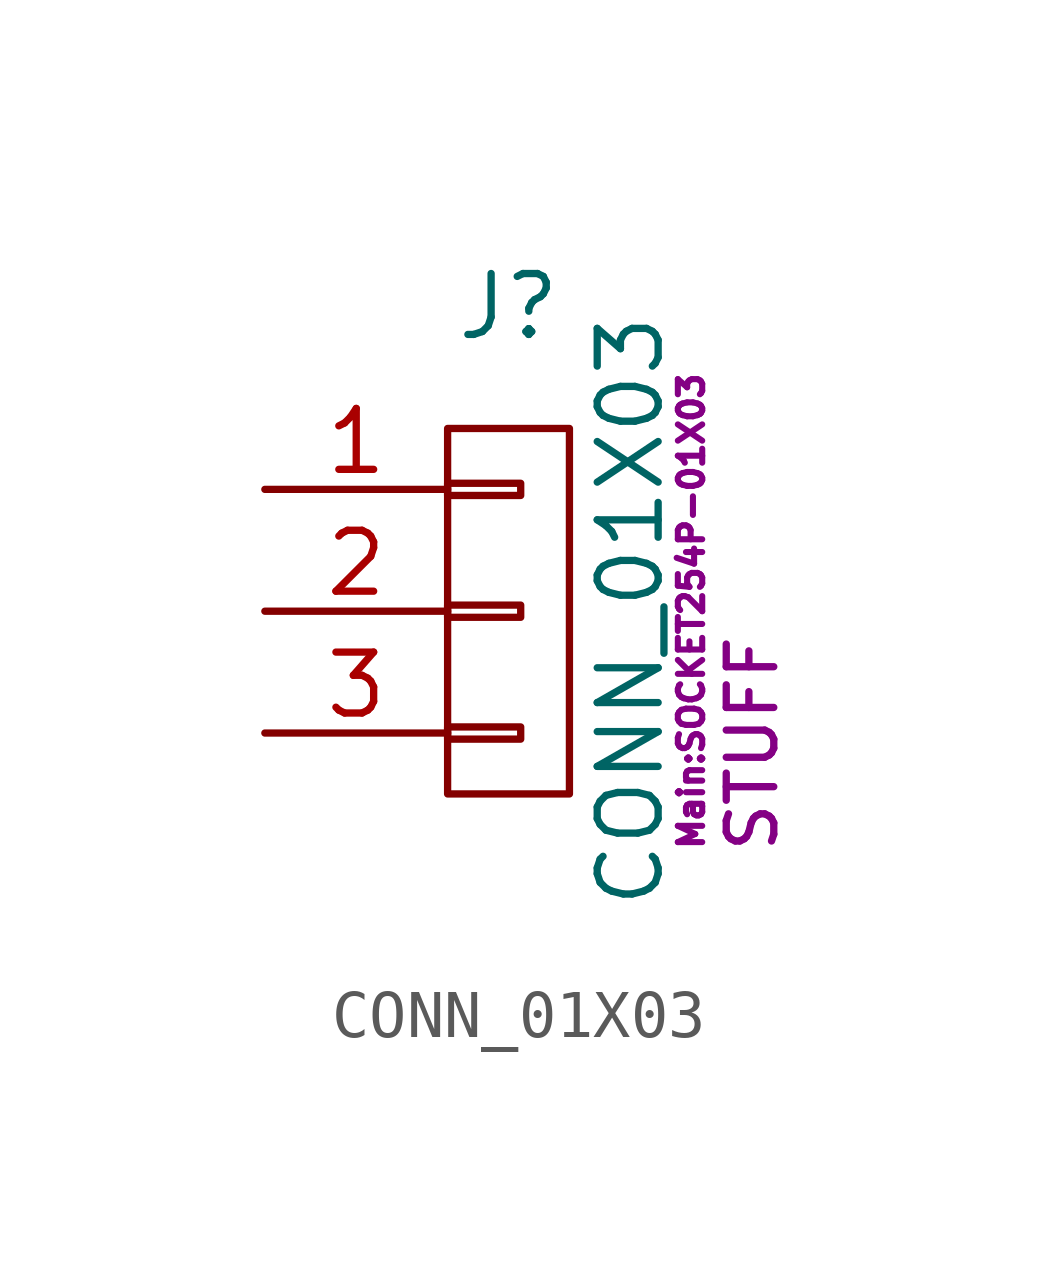
<source format=kicad_sym>
(kicad_symbol_lib
  (version 20211014)
  (generator kicad_symbol_editor)
  (symbol "CONN_01X03"
    (pin_names
      (offset 1.016) hide)
    (property "Reference" "J"
      (at 0 6.35 0)
      (effects (font (size 1.27 1.27))))
    (property "Value" "CONN_01X03"
      (at 2.54 0 90)
      (effects (font (size 1.27 1.27))))
    (property "Footprint" "Main:SOCKET254P-01X03"
      (at 3.81 0 90)
      (effects (font (size 0.508 0.508))))
    (property "Datasheet" ""
      (at 0 6.35 0)
      (effects (font (size 1.27 1.27))))
    (property "SKU" "STUFF"
      (at 5.08 -5.08 90)
      (effects (font (size 0.991 0.991)) (justify left)))
    (symbol "CONN_01X03_0_1"
      (rectangle (start -1.27 -2.413) (end 0.254 -2.667) (stroke (width 0) (type default) (color 0 0 0 0)) (fill (type none)))
      (rectangle (start -1.27 0.127) (end 0.254 -0.127) (stroke (width 0) (type default) (color 0 0 0 0)) (fill (type none)))
      (rectangle (start -1.27 2.667) (end 0.254 2.413) (stroke (width 0) (type default) (color 0 0 0 0)) (fill (type none)))
      (rectangle (start -1.27 3.81) (end 1.27 -3.81) (stroke (width 0) (type default) (color 0 0 0 0)) (fill (type none))))
    (symbol "CONN_01X03_1_1"
      (pin passive line (at -5.08 2.54 0) (length 3.81) (name "P1" (effects (font (size 1.27 1.27)))) (number "1" (effects (font (size 1.27 1.27)))))
      (pin passive line (at -5.08 0 0) (length 3.81) (name "P2" (effects (font (size 1.27 1.27)))) (number "2" (effects (font (size 1.27 1.27)))))
      (pin passive line (at -5.08 -2.54 0) (length 3.81) (name "P3" (effects (font (size 1.27 1.27)))) (number "3" (effects (font (size 1.27 1.27))))))))
</source>
